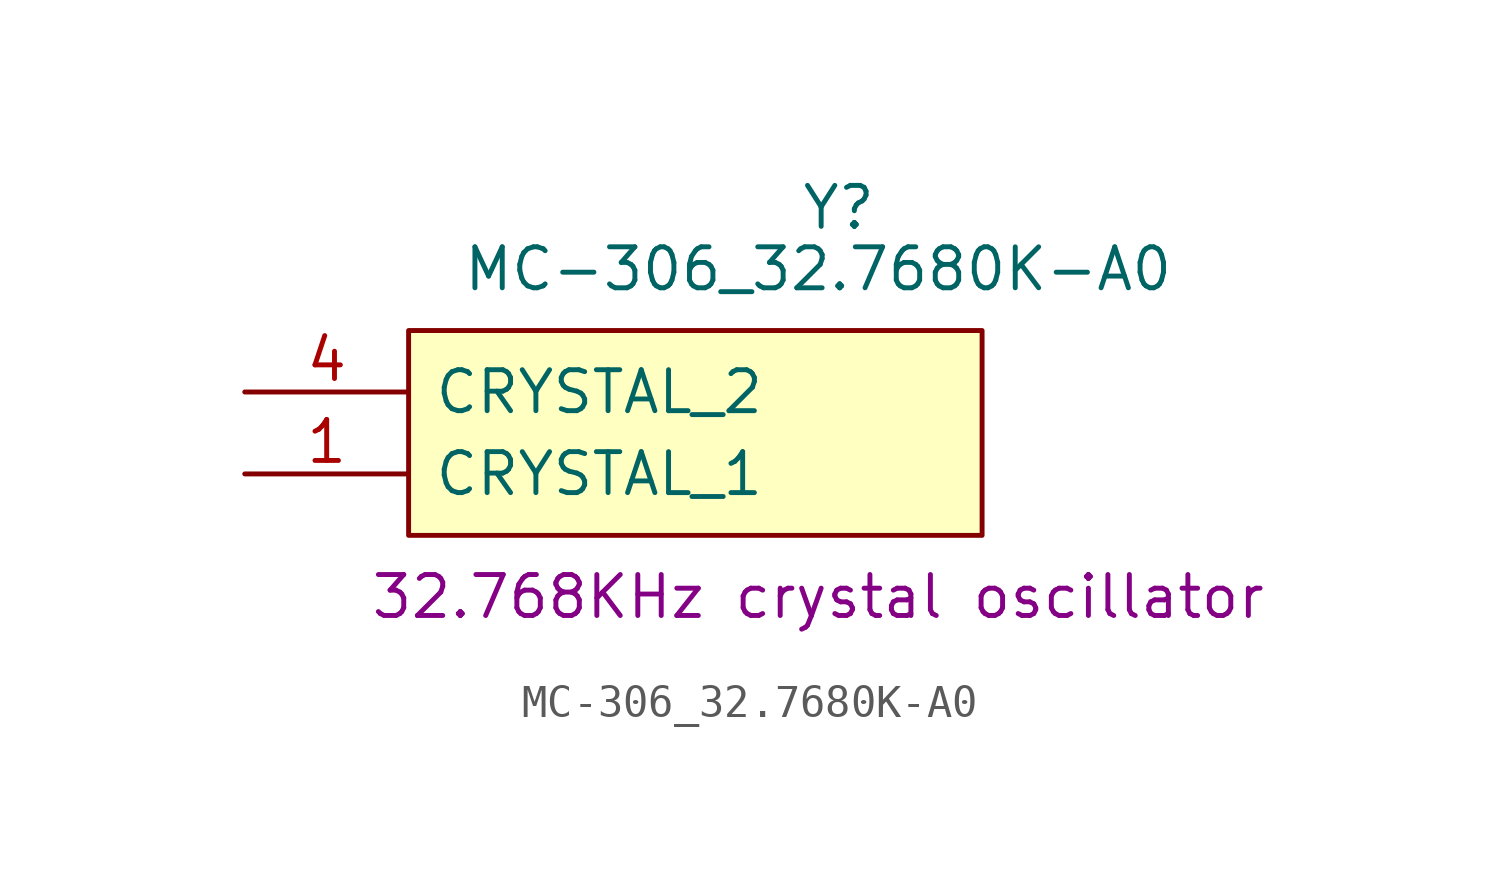
<source format=kicad_sym>
(kicad_symbol_lib
  (version 20241209)
  (generator "kicad_symbol_editor")
  (generator_version "9.0")
  (symbol "MC-306_32.7680K-A0"
    (pin_names
      (offset 0.762))
    (property "Reference" "Y"
      (at 18.415 5.715 0)
      (effects (font (size 1.27 1.27))))
    (property "Value" "MC-306_32.7680K-A0"
      (at 17.78 3.81 0)
      (effects (font (size 1.27 1.27))))
    (property "Description" "32.768KHz crystal oscillator"
      (at 17.78 -6.35 0)
      (effects (font (size 1.27 1.27))))
    (symbol "MC-306_32.7680K-A0_0_0"
      (pin passive line (at 0 0 0) (length 5.08) (name "CRYSTAL_2" (effects (font (size 1.27 1.27)))) (number "4" (effects (font (size 1.27 1.27)))))
      (pin passive line (at 0 -2.54 0) (length 5.08) (name "CRYSTAL_1" (effects (font (size 1.27 1.27)))) (number "1" (effects (font (size 1.27 1.27)))))
      (pin no_connect line (at 27.94 0 180) (length 5.08) (hide yes) (name "NC" (effects (font (size 1.27 1.27)))) (number "3" (effects (font (size 1.27 1.27)))))
      (pin no_connect line (at 27.94 -2.54 180) (length 5.08) (hide yes) (name "NC" (effects (font (size 1.27 1.27)))) (number "2" (effects (font (size 1.27 1.27))))))
    (symbol "MC-306_32.7680K-A0_0_1"
      (polyline (pts (xy 5.08 1.905) (xy 22.86 1.905) (xy 22.86 -4.445) (xy 5.08 -4.445) (xy 5.08 1.905)) (stroke (width 0.152) (type default)) (fill (type background))))))
</source>
